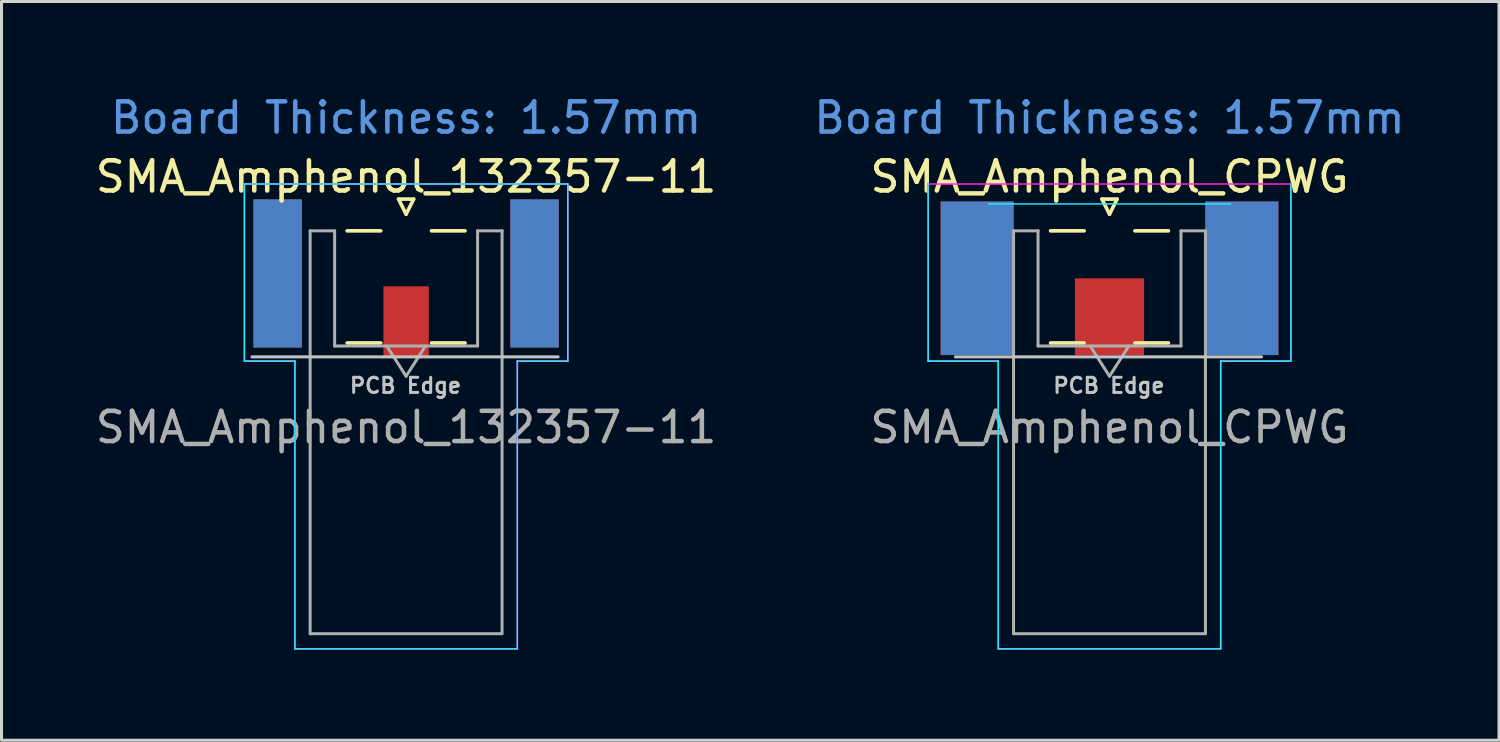
<source format=kicad_pcb>
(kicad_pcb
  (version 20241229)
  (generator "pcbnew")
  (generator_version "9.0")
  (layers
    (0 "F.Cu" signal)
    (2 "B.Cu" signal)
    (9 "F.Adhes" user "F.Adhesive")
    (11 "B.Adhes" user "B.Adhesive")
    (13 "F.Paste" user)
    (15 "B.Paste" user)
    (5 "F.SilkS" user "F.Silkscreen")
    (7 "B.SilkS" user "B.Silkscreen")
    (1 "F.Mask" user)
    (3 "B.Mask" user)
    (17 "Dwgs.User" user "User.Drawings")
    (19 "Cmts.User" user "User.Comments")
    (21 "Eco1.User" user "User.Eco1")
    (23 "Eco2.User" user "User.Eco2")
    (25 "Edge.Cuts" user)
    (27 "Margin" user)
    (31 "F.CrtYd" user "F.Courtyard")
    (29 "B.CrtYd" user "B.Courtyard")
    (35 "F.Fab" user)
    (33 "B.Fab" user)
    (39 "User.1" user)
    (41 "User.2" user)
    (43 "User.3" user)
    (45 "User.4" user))
  (footprint "SMA_Amphenol_CPWG"
    (layer "F.Cu")
    (at 33.661 6.298)
    (property "Reference" "SMA_Amphenol_CPWG" (at 0 -3.5 180) (layer "F.SilkS") (effects (font (size 1 1) (thickness 0.15))))
    (attr smd)
    (fp_line (start -1.95 -1.71) (end -0.84 -1.71) (stroke (width 0.12) (type solid)) (layer "F.SilkS"))
    (fp_line (start -1.95 2) (end -0.84 2) (stroke (width 0.12) (type solid)) (layer "F.SilkS"))
    (fp_line (start -0.25 -2.76) (end 0 -2.26) (stroke (width 0.12) (type solid)) (layer "F.SilkS"))
    (fp_line (start 0 -2.26) (end 0.25 -2.76) (stroke (width 0.12) (type solid)) (layer "F.SilkS"))
    (fp_line (start 0.25 -2.76) (end -0.25 -2.76) (stroke (width 0.12) (type solid)) (layer "F.SilkS"))
    (fp_line (start 0.84 -1.71) (end 1.95 -1.71) (stroke (width 0.12) (type solid)) (layer "F.SilkS"))
    (fp_line (start 0.84 2) (end 1.95 2) (stroke (width 0.12) (type solid)) (layer "F.SilkS"))
    (fp_line (start 5.03 2.46) (end -5.1 2.46) (stroke (width 0.1) (type solid)) (layer "Dwgs.User"))
    (fp_line (start -6 2.6) (end -6 -3.26) (stroke (width 0.05) (type solid)) (layer "B.CrtYd"))
    (fp_line (start -4 -2.6) (end 4 -2.6) (stroke (width 0.05) (type solid)) (layer "B.CrtYd"))
    (fp_line (start -3.68 2.6) (end -6 2.6) (stroke (width 0.05) (type solid)) (layer "B.CrtYd"))
    (fp_line (start -3.68 12.12) (end -3.68 2.6) (stroke (width 0.05) (type solid)) (layer "B.CrtYd"))
    (fp_line (start 3.68 2.6) (end 3.68 12.12) (stroke (width 0.05) (type solid)) (layer "B.CrtYd"))
    (fp_line (start 3.68 12.12) (end -3.68 12.12) (stroke (width 0.05) (type solid)) (layer "B.CrtYd"))
    (fp_line (start 6 2.6) (end 3.68 2.6) (stroke (width 0.05) (type solid)) (layer "B.CrtYd"))
    (fp_line (start 6 2.6) (end 6 -3.26) (stroke (width 0.05) (type solid)) (layer "B.CrtYd"))
    (fp_line (start -6 -3.26) (end 6 -3.26) (stroke (width 0.05) (type solid)) (layer "F.CrtYd"))
    (fp_line (start -6 2.6) (end -6 -3.26) (stroke (width 0.05) (type solid)) (layer "F.CrtYd"))
    (fp_line (start -3.68 2.6) (end -6 2.6) (stroke (width 0.05) (type solid)) (layer "F.CrtYd"))
    (fp_line (start -3.68 12.12) (end -3.68 2.6) (stroke (width 0.05) (type solid)) (layer "F.CrtYd"))
    (fp_line (start 3.68 2.6) (end 3.68 12.12) (stroke (width 0.05) (type solid)) (layer "F.CrtYd"))
    (fp_line (start 3.68 2.6) (end 6 2.6) (stroke (width 0.05) (type solid)) (layer "F.CrtYd"))
    (fp_line (start 3.68 12.12) (end -3.68 12.12) (stroke (width 0.05) (type solid)) (layer "F.CrtYd"))
    (fp_line (start 6 2.6) (end 6 -3.26) (stroke (width 0.05) (type solid)) (layer "F.CrtYd"))
    (fp_line (start -3.175 -1.71) (end -3.175 11.62) (stroke (width 0.1) (type solid)) (layer "F.Fab"))
    (fp_line (start -2.365 -1.71) (end -3.175 -1.71) (stroke (width 0.1) (type solid)) (layer "F.Fab"))
    (fp_line (start -2.365 2.1) (end -2.365 -1.71) (stroke (width 0.1) (type solid)) (layer "F.Fab"))
    (fp_line (start 0 3.1) (end -0.64 2.1) (stroke (width 0.1) (type solid)) (layer "F.Fab"))
    (fp_line (start 0.64 2.1) (end 0 3.1) (stroke (width 0.1) (type solid)) (layer "F.Fab"))
    (fp_line (start 2.365 -1.71) (end 2.365 2.1) (stroke (width 0.1) (type solid)) (layer "F.Fab"))
    (fp_line (start 2.365 2.1) (end -2.365 2.1) (stroke (width 0.1) (type solid)) (layer "F.Fab"))
    (fp_line (start 3.165 11.62) (end -3.165 11.62) (stroke (width 0.1) (type solid)) (layer "F.Fab"))
    (fp_line (start 3.175 -1.71) (end 2.365 -1.71) (stroke (width 0.1) (type solid)) (layer "F.Fab"))
    (fp_line (start 3.175 -1.71) (end 3.175 11.62) (stroke (width 0.1) (type solid)) (layer "F.Fab"))
    (fp_text user "PCB Edge" (at -0.02 3.41 180) (layer "Dwgs.User") (effects (font (size 0.5 0.5) (thickness 0.1))))
    (fp_text user "Board Thickness: 1.57mm" (at 0 -5.45 180) (layer "Cmts.User") (effects (font (size 1 1) (thickness 0.15))))
    (fp_text user "${REFERENCE}" (at 0 4.79 0) (layer "F.Fab") (effects (font (size 1 1) (thickness 0.15))))
    (pad "1" smd rect (at 0 1.13) (size 2.29 2.54) (layers "F.Cu" "F.Mask" "F.Paste"))
    (pad "2" smd rect (at -4.38 -0.14) (size 2.41 5.08) (layers "B.Cu" "B.Mask" "B.Paste"))
    (pad "2" smd rect (at -4.38 -0.14) (size 2.415 5.08) (layers "F.Cu" "F.Mask" "F.Paste"))
    (pad "2" smd rect (at 4.38 -0.14) (size 2.415 5.08) (layers "F.Cu" "F.Mask" "F.Paste"))
    (pad "2" smd rect (at 4.38 -0.14) (size 2.415 5.08) (layers "B.Cu" "B.Mask" "B.Paste")))
  (footprint "SMA_Amphenol_132357-11"
    (layer "F.Cu")
    (at 10.387 6.298)
    (property "Reference" "SMA_Amphenol_132357-11" (at 0 -3.5 180) (layer "F.SilkS") (effects (font (size 1 1) (thickness 0.15))))
    (attr smd)
    (fp_line (start -1.95 -1.71) (end -0.84 -1.71) (stroke (width 0.12) (type solid)) (layer "F.SilkS"))
    (fp_line (start -1.95 2) (end -0.84 2) (stroke (width 0.12) (type solid)) (layer "F.SilkS"))
    (fp_line (start -0.25 -2.76) (end 0 -2.26) (stroke (width 0.12) (type solid)) (layer "F.SilkS"))
    (fp_line (start 0 -2.26) (end 0.25 -2.76) (stroke (width 0.12) (type solid)) (layer "F.SilkS"))
    (fp_line (start 0.25 -2.76) (end -0.25 -2.76) (stroke (width 0.12) (type solid)) (layer "F.SilkS"))
    (fp_line (start 0.84 -1.71) (end 1.95 -1.71) (stroke (width 0.12) (type solid)) (layer "F.SilkS"))
    (fp_line (start 0.84 2) (end 1.95 2) (stroke (width 0.12) (type solid)) (layer "F.SilkS"))
    (fp_line (start 5.03 2.46) (end -5.1 2.46) (stroke (width 0.1) (type solid)) (layer "Dwgs.User"))
    (fp_line (start -5.35 -3.26) (end 5.35 -3.26) (stroke (width 0.05) (type solid)) (layer "B.CrtYd"))
    (fp_line (start -5.35 2.6) (end -5.35 -3.26) (stroke (width 0.05) (type solid)) (layer "B.CrtYd"))
    (fp_line (start -3.68 2.6) (end -5.35 2.6) (stroke (width 0.05) (type solid)) (layer "B.CrtYd"))
    (fp_line (start -3.68 12.12) (end -3.68 2.6) (stroke (width 0.05) (type solid)) (layer "B.CrtYd"))
    (fp_line (start 3.68 2.6) (end 3.68 12.12) (stroke (width 0.05) (type solid)) (layer "B.CrtYd"))
    (fp_line (start 3.68 12.12) (end -3.68 12.12) (stroke (width 0.05) (type solid)) (layer "B.CrtYd"))
    (fp_line (start 5.35 2.6) (end 3.68 2.6) (stroke (width 0.05) (type solid)) (layer "B.CrtYd"))
    (fp_line (start 5.35 2.6) (end 5.35 -3.26) (stroke (width 0.05) (type solid)) (layer "B.CrtYd"))
    (fp_line (start -5.35 -3.26) (end 5.35 -3.26) (stroke (width 0.05) (type solid)) (layer "F.CrtYd"))
    (fp_line (start -5.35 2.6) (end -5.35 -3.26) (stroke (width 0.05) (type solid)) (layer "F.CrtYd"))
    (fp_line (start -3.68 2.6) (end -5.35 2.6) (stroke (width 0.05) (type solid)) (layer "F.CrtYd"))
    (fp_line (start -3.68 12.12) (end -3.68 2.6) (stroke (width 0.05) (type solid)) (layer "F.CrtYd"))
    (fp_line (start 3.68 2.6) (end 3.68 12.12) (stroke (width 0.05) (type solid)) (layer "F.CrtYd"))
    (fp_line (start 3.68 2.6) (end 5.35 2.6) (stroke (width 0.05) (type solid)) (layer "F.CrtYd"))
    (fp_line (start 3.68 12.12) (end -3.68 12.12) (stroke (width 0.05) (type solid)) (layer "F.CrtYd"))
    (fp_line (start 5.35 2.6) (end 5.35 -3.26) (stroke (width 0.05) (type solid)) (layer "F.CrtYd"))
    (fp_line (start -3.175 -1.71) (end -3.175 11.62) (stroke (width 0.1) (type solid)) (layer "F.Fab"))
    (fp_line (start -2.365 -1.71) (end -3.175 -1.71) (stroke (width 0.1) (type solid)) (layer "F.Fab"))
    (fp_line (start -2.365 2.1) (end -2.365 -1.71) (stroke (width 0.1) (type solid)) (layer "F.Fab"))
    (fp_line (start 0 3.1) (end -0.64 2.1) (stroke (width 0.1) (type solid)) (layer "F.Fab"))
    (fp_line (start 0.64 2.1) (end 0 3.1) (stroke (width 0.1) (type solid)) (layer "F.Fab"))
    (fp_line (start 2.365 -1.71) (end 2.365 2.1) (stroke (width 0.1) (type solid)) (layer "F.Fab"))
    (fp_line (start 2.365 2.1) (end -2.365 2.1) (stroke (width 0.1) (type solid)) (layer "F.Fab"))
    (fp_line (start 3.165 11.62) (end -3.165 11.62) (stroke (width 0.1) (type solid)) (layer "F.Fab"))
    (fp_line (start 3.175 -1.71) (end 2.365 -1.71) (stroke (width 0.1) (type solid)) (layer "F.Fab"))
    (fp_line (start 3.175 -1.71) (end 3.175 11.62) (stroke (width 0.1) (type solid)) (layer "F.Fab"))
    (fp_text user "PCB Edge" (at -0.02 3.41 180) (layer "Dwgs.User") (effects (font (size 0.5 0.5) (thickness 0.1))))
    (fp_text user "Board Thickness: 1.57mm" (at 0 -5.45 180) (layer "Cmts.User") (effects (font (size 1 1) (thickness 0.15))))
    (fp_text user "${REFERENCE}" (at 0 4.79 0) (layer "F.Fab") (effects (font (size 1 1) (thickness 0.15))))
    (pad "1" smd rect (at 0 1.3) (size 1.5 2.35) (layers "F.Cu" "F.Mask" "F.Paste"))
    (pad "2" smd rect (at -4.25 -0.3) (size 1.6 4.9) (layers "F.Cu" "F.Mask" "F.Paste"))
    (pad "2" smd rect (at -4.25 -0.3) (size 1.6 4.9) (layers "B.Cu" "B.Mask" "B.Paste"))
    (pad "2" smd rect (at 4.25 -0.3) (size 1.6 4.9) (layers "F.Cu" "F.Mask" "F.Paste"))
    (pad "2" smd rect (at 4.25 -0.3) (size 1.6 4.9) (layers "B.Cu" "B.Mask" "B.Paste")))
  (gr_rect
    (start -3 -3)
    (end 46.548 21.443)
    (stroke (width 0.1) (type default))
    (fill no)
    (layer "Edge.Cuts")))
</source>
